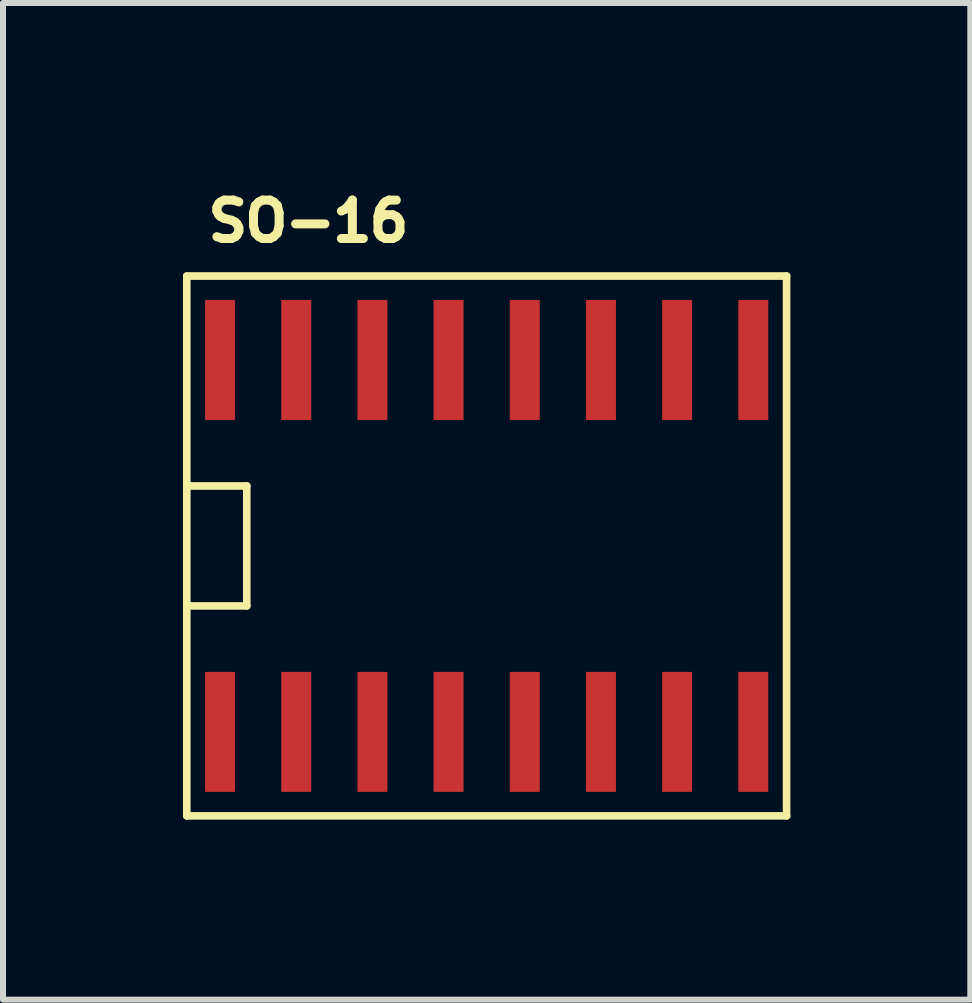
<source format=kicad_pcb>
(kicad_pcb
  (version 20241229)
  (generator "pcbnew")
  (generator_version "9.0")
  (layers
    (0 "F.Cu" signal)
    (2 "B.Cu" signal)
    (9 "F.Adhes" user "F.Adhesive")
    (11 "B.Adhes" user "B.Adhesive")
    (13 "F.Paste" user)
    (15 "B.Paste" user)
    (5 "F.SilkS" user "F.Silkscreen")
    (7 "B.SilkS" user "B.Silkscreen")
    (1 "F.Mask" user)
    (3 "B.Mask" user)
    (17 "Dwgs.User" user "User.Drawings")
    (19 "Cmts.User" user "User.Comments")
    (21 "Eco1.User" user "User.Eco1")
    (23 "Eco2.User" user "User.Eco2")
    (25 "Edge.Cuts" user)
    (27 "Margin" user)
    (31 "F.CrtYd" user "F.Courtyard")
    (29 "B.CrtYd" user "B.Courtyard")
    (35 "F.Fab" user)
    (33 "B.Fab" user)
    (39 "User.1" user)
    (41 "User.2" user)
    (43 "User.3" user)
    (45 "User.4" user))
  (footprint "SO-16"
    (layer "F.Cu")
    (at 5.064 6.052)
    (property "Reference" "SO-16" (at -2.972 -5.414 0) (layer "F.SilkS") (effects (font (size 0.641 0.641) (thickness 0.15))))
    (attr through_hole)
    (fp_line (start -5 -4.5) (end -5 -1) (stroke (width 0.127) (type solid)) (layer "F.SilkS"))
    (fp_line (start -5 -1) (end -5 1) (stroke (width 0.127) (type solid)) (layer "F.SilkS"))
    (fp_line (start -5 -1) (end -4 -1) (stroke (width 0.127) (type solid)) (layer "F.SilkS"))
    (fp_line (start -5 1) (end -5 4.5) (stroke (width 0.127) (type solid)) (layer "F.SilkS"))
    (fp_line (start -5 4.5) (end 5 4.5) (stroke (width 0.127) (type solid)) (layer "F.SilkS"))
    (fp_line (start -4 -1) (end -4 1) (stroke (width 0.127) (type solid)) (layer "F.SilkS"))
    (fp_line (start -4 1) (end -5 1) (stroke (width 0.127) (type solid)) (layer "F.SilkS"))
    (fp_line (start 5 -4.5) (end -5 -4.5) (stroke (width 0.127) (type solid)) (layer "F.SilkS"))
    (fp_line (start 5 4.5) (end 5 -4.5) (stroke (width 0.127) (type solid)) (layer "F.SilkS"))
    (pad "1" smd rect (at -4.445 3.1) (size 0.5 2) (layers "F.Cu" "F.Mask" "F.Paste"))
    (pad "2" smd rect (at -3.175 3.1) (size 0.5 2) (layers "F.Cu" "F.Mask" "F.Paste"))
    (pad "3" smd rect (at -1.905 3.1) (size 0.5 2) (layers "F.Cu" "F.Mask" "F.Paste"))
    (pad "4" smd rect (at -0.635 3.1) (size 0.5 2) (layers "F.Cu" "F.Mask" "F.Paste"))
    (pad "5" smd rect (at 0.635 3.1) (size 0.5 2) (layers "F.Cu" "F.Mask" "F.Paste"))
    (pad "6" smd rect (at 1.905 3.1) (size 0.5 2) (layers "F.Cu" "F.Mask" "F.Paste"))
    (pad "7" smd rect (at 3.175 3.1) (size 0.5 2) (layers "F.Cu" "F.Mask" "F.Paste"))
    (pad "8" smd rect (at 4.445 3.1) (size 0.5 2) (layers "F.Cu" "F.Mask" "F.Paste"))
    (pad "9" smd rect (at 4.445 -3.1) (size 0.5 2) (layers "F.Cu" "F.Mask" "F.Paste"))
    (pad "10" smd rect (at 3.175 -3.1) (size 0.5 2) (layers "F.Cu" "F.Mask" "F.Paste"))
    (pad "11" smd rect (at 1.905 -3.1) (size 0.5 2) (layers "F.Cu" "F.Mask" "F.Paste"))
    (pad "12" smd rect (at 0.635 -3.1) (size 0.5 2) (layers "F.Cu" "F.Mask" "F.Paste"))
    (pad "13" smd rect (at -0.635 -3.1) (size 0.5 2) (layers "F.Cu" "F.Mask" "F.Paste"))
    (pad "14" smd rect (at -1.905 -3.1) (size 0.5 2) (layers "F.Cu" "F.Mask" "F.Paste"))
    (pad "15" smd rect (at -3.175 -3.1) (size 0.5 2) (layers "F.Cu" "F.Mask" "F.Paste"))
    (pad "16" smd rect (at -4.445 -3.1) (size 0.5 2) (layers "F.Cu" "F.Mask" "F.Paste")))
  (gr_rect
    (start -3 -3)
    (end 13.127 13.616)
    (stroke (width 0.1) (type default))
    (fill no)
    (layer "Edge.Cuts")))
</source>
